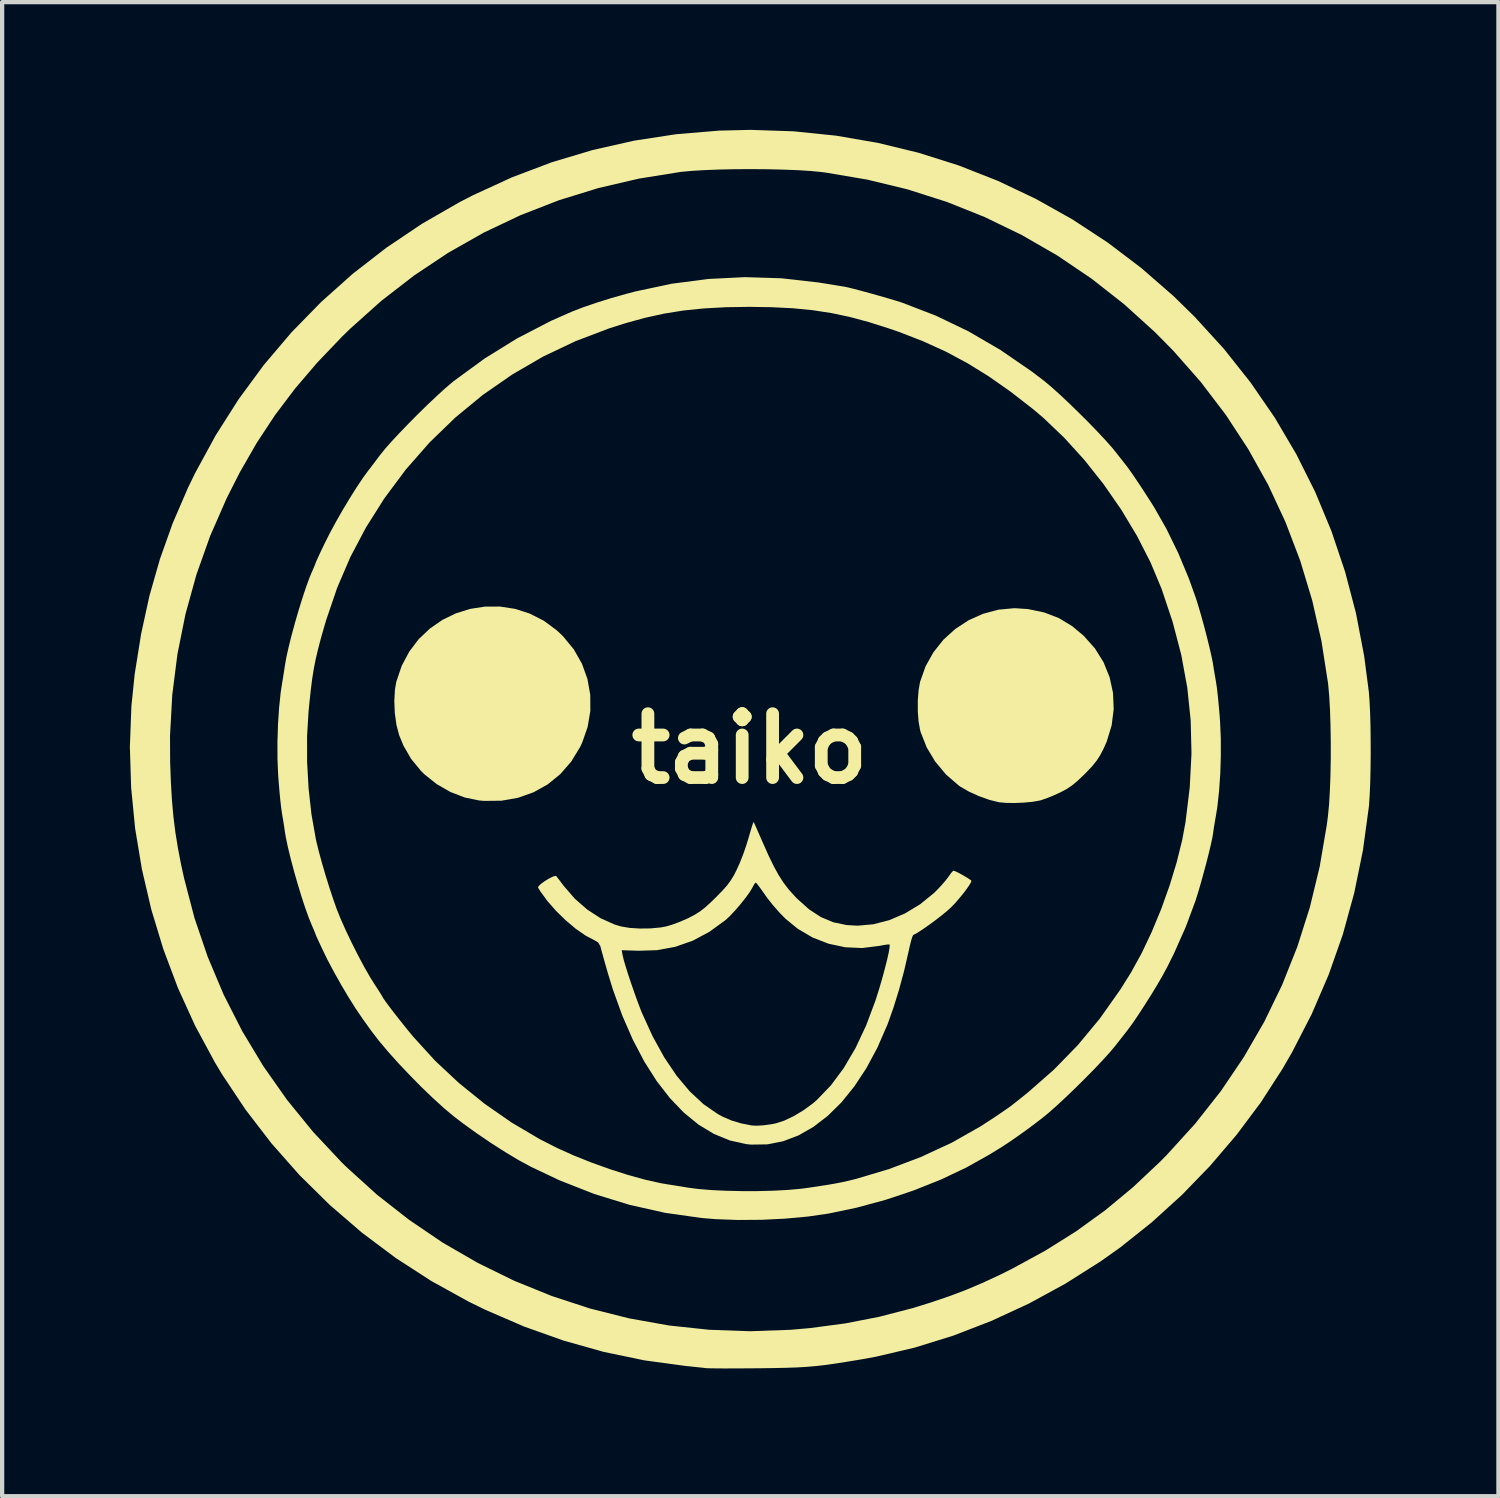
<source format=kicad_pcb>
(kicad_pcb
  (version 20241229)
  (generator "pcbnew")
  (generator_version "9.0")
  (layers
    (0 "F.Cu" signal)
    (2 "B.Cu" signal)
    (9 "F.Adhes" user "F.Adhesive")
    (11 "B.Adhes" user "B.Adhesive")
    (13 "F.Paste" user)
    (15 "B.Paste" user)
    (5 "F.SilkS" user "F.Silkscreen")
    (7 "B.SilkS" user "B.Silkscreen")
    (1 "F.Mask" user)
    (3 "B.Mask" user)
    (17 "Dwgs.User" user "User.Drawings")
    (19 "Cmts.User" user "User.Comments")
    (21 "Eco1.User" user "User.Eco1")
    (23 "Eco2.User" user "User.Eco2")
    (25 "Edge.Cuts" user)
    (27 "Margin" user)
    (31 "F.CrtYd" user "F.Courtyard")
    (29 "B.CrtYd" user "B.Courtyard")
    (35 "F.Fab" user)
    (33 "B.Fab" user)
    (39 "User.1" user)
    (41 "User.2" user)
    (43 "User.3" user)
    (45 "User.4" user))
  (footprint "taiko"
    (layer "F.Cu")
    (at 14.56 14.534)
    (property "Reference" "taiko" (at 0 0 0) (layer "F.SilkS") (effects (font (size 1.5 1.5) (thickness 0.3))))
    (attr board_only exclude_from_pos_files exclude_from_bom)
    (fp_poly (pts (xy -5.514 -3.284) (xy -5.17 -3.174) (xy -4.839 -3.006) (xy -4.53 -2.777) (xy -4.385 -2.639) (xy -4.133 -2.332) (xy -3.942 -1.996) (xy -3.813 -1.638) (xy -3.747 -1.266) (xy -3.745 -0.887) (xy -3.809 -0.508) (xy -3.939 -0.136) (xy -3.984 -0.042) (xy -4.193 0.302) (xy -4.45 0.597) (xy -4.747 0.839) (xy -5.081 1.025) (xy -5.445 1.154) (xy -5.835 1.222) (xy -6.245 1.226) (xy -6.359 1.216) (xy -6.698 1.146) (xy -7.035 1.015) (xy -7.354 0.832) (xy -7.641 0.603) (xy -7.721 0.524) (xy -7.955 0.239) (xy -8.136 -0.075) (xy -8.236 -0.32) (xy -8.299 -0.559) (xy -8.337 -0.834) (xy -8.349 -1.119) (xy -8.334 -1.388) (xy -8.302 -1.573) (xy -8.175 -1.947) (xy -7.997 -2.282) (xy -7.775 -2.574) (xy -7.514 -2.821) (xy -7.221 -3.024) (xy -6.904 -3.178) (xy -6.568 -3.283) (xy -6.22 -3.337) (xy -5.866 -3.338)) (stroke (width 0) (type solid)) (fill yes) (layer "F.SilkS"))
    (fp_poly (pts (xy 6.533 -3.279) (xy 6.917 -3.199) (xy 7.259 -3.067) (xy 7.574 -2.876) (xy 7.843 -2.651) (xy 8.106 -2.355) (xy 8.309 -2.029) (xy 8.451 -1.678) (xy 8.531 -1.309) (xy 8.547 -0.931) (xy 8.499 -0.549) (xy 8.384 -0.17) (xy 8.309 0) (xy 8.23 0.152) (xy 8.146 0.282) (xy 8.043 0.41) (xy 7.905 0.556) (xy 7.862 0.599) (xy 7.706 0.748) (xy 7.575 0.858) (xy 7.448 0.944) (xy 7.304 1.021) (xy 7.264 1.04) (xy 7.111 1.109) (xy 6.96 1.169) (xy 6.836 1.211) (xy 6.805 1.219) (xy 6.638 1.248) (xy 6.433 1.267) (xy 6.217 1.276) (xy 6.015 1.273) (xy 5.853 1.258) (xy 5.843 1.256) (xy 5.621 1.2) (xy 5.379 1.113) (xy 5.145 1.007) (xy 4.945 0.891) (xy 4.901 0.86) (xy 4.605 0.603) (xy 4.354 0.302) (xy 4.155 -0.03) (xy 4.016 -0.381) (xy 4 -0.437) (xy 3.964 -0.638) (xy 3.946 -0.88) (xy 3.946 -1.136) (xy 3.965 -1.378) (xy 4 -1.572) (xy 4.129 -1.936) (xy 4.314 -2.266) (xy 4.548 -2.56) (xy 4.825 -2.811) (xy 5.138 -3.016) (xy 5.478 -3.168) (xy 5.84 -3.265) (xy 6.216 -3.3)) (stroke (width 0) (type solid)) (fill yes) (layer "F.SilkS"))
    (fp_poly (pts (xy 0.089 1.72) (xy 0.106 1.754) (xy 0.145 1.84) (xy 0.201 1.968) (xy 0.27 2.125) (xy 0.307 2.209) (xy 0.442 2.512) (xy 0.563 2.761) (xy 0.677 2.968) (xy 0.79 3.144) (xy 0.912 3.304) (xy 1.049 3.457) (xy 1.118 3.528) (xy 1.394 3.775) (xy 1.672 3.956) (xy 1.961 4.077) (xy 2.272 4.142) (xy 2.531 4.157) (xy 2.902 4.124) (xy 3.276 4.027) (xy 3.644 3.87) (xy 3.995 3.658) (xy 4.32 3.395) (xy 4.377 3.34) (xy 4.487 3.225) (xy 4.59 3.107) (xy 4.665 3.01) (xy 4.669 3.004) (xy 4.727 2.922) (xy 4.772 2.872) (xy 4.785 2.865) (xy 4.831 2.881) (xy 4.913 2.921) (xy 5.011 2.975) (xy 5.105 3.03) (xy 5.177 3.077) (xy 5.206 3.104) (xy 5.206 3.104) (xy 5.184 3.159) (xy 5.124 3.252) (xy 5.038 3.37) (xy 4.934 3.498) (xy 4.825 3.625) (xy 4.727 3.727) (xy 4.629 3.815) (xy 4.499 3.922) (xy 4.35 4.036) (xy 4.197 4.148) (xy 4.053 4.248) (xy 3.933 4.326) (xy 3.85 4.37) (xy 3.839 4.374) (xy 3.82 4.411) (xy 3.791 4.502) (xy 3.758 4.634) (xy 3.724 4.787) (xy 3.624 5.22) (xy 3.505 5.661) (xy 3.374 6.084) (xy 3.239 6.465) (xy 3.227 6.494) (xy 2.996 7.023) (xy 2.739 7.502) (xy 2.457 7.93) (xy 2.154 8.305) (xy 1.832 8.623) (xy 1.494 8.883) (xy 1.143 9.083) (xy 0.78 9.221) (xy 0.41 9.293) (xy 0.033 9.299) (xy -0.086 9.287) (xy -0.47 9.201) (xy -0.843 9.048) (xy -1.203 8.83) (xy -1.548 8.549) (xy -1.876 8.207) (xy -2.187 7.806) (xy -2.478 7.348) (xy -2.747 6.835) (xy -2.994 6.27) (xy -3.216 5.654) (xy -3.332 5.276) (xy -3.387 5.085) (xy -3.436 4.911) (xy -3.475 4.769) (xy -3.485 4.733) (xy -3.009 4.733) (xy -2.986 4.855) (xy -2.961 4.96) (xy -2.916 5.114) (xy -2.856 5.304) (xy -2.786 5.514) (xy -2.712 5.728) (xy -2.638 5.933) (xy -2.57 6.113) (xy -2.537 6.196) (xy -2.283 6.754) (xy -2.01 7.249) (xy -1.719 7.681) (xy -1.412 8.047) (xy -1.089 8.348) (xy -0.75 8.582) (xy -0.631 8.646) (xy -0.428 8.733) (xy -0.205 8.8) (xy 0.052 8.85) (xy 0.167 8.855) (xy 0.323 8.845) (xy 0.496 8.822) (xy 0.611 8.8) (xy 0.811 8.735) (xy 1.036 8.628) (xy 1.266 8.489) (xy 1.483 8.33) (xy 1.579 8.247) (xy 1.907 7.905) (xy 2.209 7.498) (xy 2.484 7.03) (xy 2.732 6.502) (xy 2.952 5.915) (xy 3.038 5.643) (xy 3.112 5.389) (xy 3.175 5.156) (xy 3.226 4.952) (xy 3.263 4.787) (xy 3.283 4.668) (xy 3.285 4.605) (xy 3.282 4.599) (xy 3.243 4.598) (xy 3.155 4.61) (xy 3.04 4.632) (xy 2.64 4.682) (xy 2.241 4.664) (xy 1.851 4.581) (xy 1.477 4.436) (xy 1.127 4.23) (xy 0.845 4) (xy 0.699 3.852) (xy 0.547 3.679) (xy 0.412 3.509) (xy 0.363 3.44) (xy 0.277 3.317) (xy 0.205 3.219) (xy 0.156 3.158) (xy 0.14 3.144) (xy 0.112 3.173) (xy 0.071 3.242) (xy 0.063 3.26) (xy -0.000173 3.366) (xy -0.099 3.503) (xy -0.22 3.655) (xy -0.35 3.805) (xy -0.473 3.936) (xy -0.568 4.024) (xy -0.95 4.302) (xy -1.343 4.511) (xy -1.752 4.654) (xy -2.18 4.732) (xy -2.61 4.746) (xy -3.009 4.733) (xy -3.485 4.733) (xy -3.501 4.672) (xy -3.508 4.642) (xy -3.562 4.551) (xy -3.636 4.506) (xy -3.85 4.394) (xy -4.083 4.233) (xy -4.319 4.035) (xy -4.547 3.813) (xy -4.752 3.58) (xy -4.92 3.349) (xy -4.974 3.261) (xy -4.958 3.225) (xy -4.898 3.17) (xy -4.81 3.107) (xy -4.713 3.048) (xy -4.624 3.004) (xy -4.562 2.987) (xy -4.546 2.992) (xy -4.514 3.033) (xy -4.452 3.114) (xy -4.375 3.217) (xy -4.368 3.225) (xy -4.109 3.524) (xy -3.817 3.779) (xy -3.501 3.984) (xy -3.174 4.13) (xy -3.024 4.175) (xy -2.824 4.209) (xy -2.584 4.224) (xy -2.332 4.221) (xy -2.095 4.199) (xy -1.96 4.174) (xy -1.824 4.133) (xy -1.655 4.071) (xy -1.486 3.998) (xy -1.436 3.975) (xy -1.292 3.9) (xy -1.169 3.822) (xy -1.047 3.727) (xy -0.909 3.601) (xy -0.8 3.495) (xy -0.648 3.34) (xy -0.535 3.213) (xy -0.448 3.095) (xy -0.371 2.969) (xy -0.309 2.847) (xy -0.233 2.678) (xy -0.152 2.471) (xy -0.078 2.256) (xy -0.037 2.122) (xy 0.009 1.965) (xy 0.047 1.838) (xy 0.075 1.752) (xy 0.089 1.72)) (stroke (width 0) (type solid)) (fill yes) (layer "F.SilkS"))
    (fp_poly (pts (xy 1.028 -14.5) (xy 2.024 -14.398) (xy 3.005 -14.229) (xy 3.968 -13.995) (xy 4.91 -13.697) (xy 5.827 -13.336) (xy 6.718 -12.913) (xy 7.579 -12.43) (xy 8.407 -11.887) (xy 9.199 -11.286) (xy 9.953 -10.629) (xy 10.447 -10.145) (xy 11.135 -9.391) (xy 11.762 -8.6) (xy 12.329 -7.776) (xy 12.835 -6.918) (xy 13.28 -6.028) (xy 13.662 -5.107) (xy 13.981 -4.157) (xy 14.238 -3.179) (xy 14.43 -2.173) (xy 14.54 -1.328) (xy 14.556 -1.113) (xy 14.569 -0.844) (xy 14.578 -0.536) (xy 14.582 -0.203) (xy 14.583 0.14) (xy 14.579 0.478) (xy 14.572 0.795) (xy 14.56 1.077) (xy 14.545 1.308) (xy 14.54 1.363) (xy 14.4 2.39) (xy 14.196 3.389) (xy 13.928 4.363) (xy 13.595 5.31) (xy 13.197 6.234) (xy 12.734 7.134) (xy 12.507 7.526) (xy 12.002 8.308) (xy 11.435 9.066) (xy 10.815 9.793) (xy 10.148 10.482) (xy 9.442 11.123) (xy 8.705 11.711) (xy 8.244 12.038) (xy 7.414 12.564) (xy 6.556 13.032) (xy 5.676 13.439) (xy 4.781 13.785) (xy 3.875 14.066) (xy 2.965 14.28) (xy 2.638 14.34) (xy 2.311 14.394) (xy 2.033 14.438) (xy 1.789 14.473) (xy 1.564 14.499) (xy 1.343 14.518) (xy 1.112 14.532) (xy 0.856 14.541) (xy 0.56 14.547) (xy 0.209 14.552) (xy 0.192 14.552) (xy -0.085 14.554) (xy -0.344 14.555) (xy -0.575 14.556) (xy -0.769 14.555) (xy -0.917 14.553) (xy -1.009 14.55) (xy -1.031 14.549) (xy -1.108 14.539) (xy -1.236 14.526) (xy -1.394 14.509) (xy -1.52 14.496) (xy -2.476 14.366) (xy -3.429 14.168) (xy -4.373 13.902) (xy -5.304 13.571) (xy -6.217 13.176) (xy -6.603 12.987) (xy -7.477 12.504) (xy -8.314 11.963) (xy -9.111 11.366) (xy -9.865 10.716) (xy -10.574 10.017) (xy -11.234 9.27) (xy -11.842 8.479) (xy -12.396 7.646) (xy -12.566 7.362) (xy -13.027 6.508) (xy -13.43 5.622) (xy -13.773 4.711) (xy -14.056 3.779) (xy -14.277 2.832) (xy -14.436 1.876) (xy -14.53 0.915) (xy -14.56 -0.044) (xy -14.55 -0.303) (xy -13.617 -0.303) (xy -13.614 0.314) (xy -13.597 0.785) (xy -13.572 1.204) (xy -13.538 1.589) (xy -13.492 1.959) (xy -13.432 2.332) (xy -13.356 2.725) (xy -13.288 3.036) (xy -13.043 3.975) (xy -12.732 4.888) (xy -12.358 5.775) (xy -11.922 6.632) (xy -11.425 7.457) (xy -10.869 8.248) (xy -10.255 9.002) (xy -9.584 9.717) (xy -9.477 9.822) (xy -8.76 10.472) (xy -8.003 11.065) (xy -7.211 11.602) (xy -6.386 12.079) (xy -5.532 12.497) (xy -4.653 12.854) (xy -3.752 13.149) (xy -2.833 13.38) (xy -1.898 13.547) (xy -0.951 13.648) (xy 0.004 13.682) (xy 0.965 13.648) (xy 1.415 13.608) (xy 2.244 13.498) (xy 3.039 13.343) (xy 3.826 13.139) (xy 4.245 13.009) (xy 4.681 12.861) (xy 5.081 12.71) (xy 5.468 12.546) (xy 5.87 12.359) (xy 6.167 12.211) (xy 6.943 11.788) (xy 7.666 11.334) (xy 8.349 10.84) (xy 9.003 10.297) (xy 9.642 9.695) (xy 9.801 9.533) (xy 10.462 8.806) (xy 11.063 8.043) (xy 11.603 7.244) (xy 12.084 6.412) (xy 12.503 5.547) (xy 12.86 4.651) (xy 13.154 3.725) (xy 13.385 2.771) (xy 13.552 1.79) (xy 13.578 1.59) (xy 13.605 1.316) (xy 13.624 0.989) (xy 13.638 0.623) (xy 13.645 0.235) (xy 13.645 -0.162) (xy 13.639 -0.551) (xy 13.627 -0.918) (xy 13.608 -1.247) (xy 13.583 -1.522) (xy 13.581 -1.537) (xy 13.427 -2.524) (xy 13.209 -3.484) (xy 12.927 -4.417) (xy 12.582 -5.321) (xy 12.176 -6.194) (xy 11.708 -7.034) (xy 11.18 -7.841) (xy 10.592 -8.613) (xy 9.946 -9.347) (xy 9.516 -9.783) (xy 8.789 -10.441) (xy 8.023 -11.042) (xy 7.221 -11.584) (xy 6.386 -12.065) (xy 5.519 -12.485) (xy 4.624 -12.843) (xy 3.702 -13.137) (xy 2.756 -13.366) (xy 1.788 -13.53) (xy 1.677 -13.544) (xy 1.432 -13.568) (xy 1.132 -13.587) (xy 0.79 -13.6) (xy 0.421 -13.609) (xy 0.037 -13.612) (xy -0.346 -13.61) (xy -0.716 -13.602) (xy -1.059 -13.589) (xy -1.361 -13.571) (xy -1.608 -13.548) (xy -1.625 -13.546) (xy -2.603 -13.389) (xy -3.557 -13.167) (xy -4.483 -12.881) (xy -5.38 -12.532) (xy -6.247 -12.121) (xy -7.082 -11.648) (xy -7.884 -11.114) (xy -8.652 -10.52) (xy -9.382 -9.867) (xy -9.576 -9.678) (xy -10.158 -9.069) (xy -10.68 -8.458) (xy -11.152 -7.833) (xy -11.581 -7.181) (xy -11.978 -6.49) (xy -12.284 -5.887) (xy -12.674 -4.997) (xy -12.997 -4.088) (xy -13.254 -3.16) (xy -13.443 -2.219) (xy -13.564 -1.265) (xy -13.617 -0.303) (xy -14.55 -0.303) (xy -14.524 -0.998) (xy -14.447 -1.749) (xy -14.296 -2.693) (xy -14.1 -3.592) (xy -13.853 -4.456) (xy -13.555 -5.293) (xy -13.201 -6.114) (xy -13.032 -6.464) (xy -12.545 -7.358) (xy -12.004 -8.21) (xy -11.41 -9.017) (xy -10.764 -9.778) (xy -10.068 -10.491) (xy -9.324 -11.155) (xy -8.533 -11.768) (xy -7.698 -12.329) (xy -6.819 -12.835) (xy -6.498 -13) (xy -5.584 -13.42) (xy -4.648 -13.774) (xy -3.692 -14.06) (xy -2.718 -14.28) (xy -1.728 -14.432) (xy -0.723 -14.516) (xy 0.018 -14.534)) (stroke (width 0) (type solid)) (fill yes) (layer "F.SilkS"))
    (fp_poly (pts (xy 0.746 -11.048) (xy 1.61 -10.95) (xy 1.729 -10.931) (xy 1.899 -10.904) (xy 2.048 -10.879) (xy 2.16 -10.861) (xy 2.219 -10.852) (xy 2.307 -10.833) (xy 2.447 -10.798) (xy 2.624 -10.752) (xy 2.825 -10.697) (xy 3.032 -10.639) (xy 3.233 -10.581) (xy 3.412 -10.528) (xy 3.555 -10.483) (xy 3.581 -10.474) (xy 4.367 -10.172) (xy 5.136 -9.802) (xy 5.888 -9.364) (xy 6.621 -8.86) (xy 6.918 -8.634) (xy 7.078 -8.5) (xy 7.271 -8.327) (xy 7.486 -8.126) (xy 7.711 -7.907) (xy 7.937 -7.683) (xy 8.151 -7.462) (xy 8.342 -7.258) (xy 8.501 -7.08) (xy 8.591 -6.97) (xy 8.688 -6.846) (xy 8.774 -6.737) (xy 8.835 -6.659) (xy 8.856 -6.633) (xy 8.907 -6.563) (xy 8.988 -6.448) (xy 9.087 -6.301) (xy 9.198 -6.136) (xy 9.309 -5.965) (xy 9.413 -5.803) (xy 9.493 -5.677) (xy 9.785 -5.164) (xy 10.06 -4.601) (xy 10.308 -4.008) (xy 10.474 -3.546) (xy 10.534 -3.356) (xy 10.6 -3.13) (xy 10.668 -2.884) (xy 10.733 -2.635) (xy 10.792 -2.397) (xy 10.84 -2.188) (xy 10.874 -2.024) (xy 10.882 -1.974) (xy 10.898 -1.871) (xy 10.922 -1.727) (xy 10.949 -1.573) (xy 10.952 -1.555) (xy 10.971 -1.425) (xy 10.992 -1.244) (xy 11.013 -1.03) (xy 11.033 -0.801) (xy 11.045 -0.638) (xy 11.062 -0.247) (xy 11.063 0.169) (xy 11.05 0.588) (xy 11.022 0.992) (xy 10.982 1.359) (xy 10.948 1.572) (xy 10.921 1.728) (xy 10.897 1.874) (xy 10.881 1.984) (xy 10.879 2.003) (xy 10.86 2.111) (xy 10.824 2.273) (xy 10.776 2.473) (xy 10.719 2.697) (xy 10.656 2.931) (xy 10.592 3.162) (xy 10.53 3.374) (xy 10.474 3.554) (xy 10.465 3.58) (xy 10.238 4.189) (xy 9.959 4.817) (xy 9.791 5.153) (xy 9.692 5.335) (xy 9.567 5.55) (xy 9.425 5.784) (xy 9.275 6.021) (xy 9.128 6.247) (xy 8.993 6.446) (xy 8.878 6.603) (xy 8.851 6.638) (xy 8.813 6.687) (xy 8.742 6.777) (xy 8.652 6.892) (xy 8.591 6.97) (xy 8.465 7.121) (xy 8.297 7.307) (xy 8.098 7.517) (xy 7.879 7.74) (xy 7.651 7.966) (xy 7.424 8.184) (xy 7.21 8.383) (xy 7.019 8.552) (xy 6.9 8.65) (xy 6.718 8.791) (xy 6.512 8.945) (xy 6.298 9.098) (xy 6.097 9.237) (xy 5.925 9.35) (xy 5.876 9.381) (xy 5.817 9.417) (xy 5.721 9.476) (xy 5.63 9.532) (xy 5.084 9.838) (xy 4.486 10.121) (xy 3.847 10.376) (xy 3.182 10.598) (xy 2.506 10.781) (xy 1.852 10.918) (xy 1.362 10.989) (xy 0.827 11.038) (xy 0.272 11.065) (xy -0.283 11.069) (xy -0.814 11.049) (xy -1.135 11.022) (xy -1.985 10.902) (xy -2.823 10.714) (xy -3.652 10.459) (xy -4.473 10.136) (xy -5.134 9.823) (xy -5.421 9.668) (xy -5.741 9.476) (xy -6.08 9.26) (xy -6.418 9.03) (xy -6.74 8.798) (xy -6.953 8.635) (xy -7.183 8.442) (xy -7.439 8.209) (xy -7.71 7.949) (xy -7.983 7.672) (xy -8.249 7.391) (xy -8.494 7.118) (xy -8.708 6.864) (xy -8.879 6.642) (xy -8.883 6.636) (xy -8.935 6.565) (xy -9.01 6.459) (xy -9.094 6.343) (xy -9.095 6.341) (xy -9.251 6.112) (xy -9.423 5.839) (xy -9.599 5.542) (xy -9.768 5.241) (xy -9.919 4.957) (xy -9.989 4.813) (xy -10.066 4.652) (xy -10.13 4.515) (xy -10.177 4.413) (xy -10.2 4.357) (xy -10.202 4.351) (xy -10.215 4.313) (xy -10.25 4.231) (xy -10.285 4.15) (xy -10.359 3.969) (xy -10.443 3.734) (xy -10.532 3.463) (xy -10.621 3.169) (xy -10.707 2.869) (xy -10.784 2.577) (xy -10.849 2.31) (xy -10.897 2.082) (xy -10.918 1.957) (xy -10.934 1.844) (xy -10.958 1.693) (xy -10.985 1.535) (xy -10.987 1.52) (xy -11.006 1.389) (xy -11.027 1.207) (xy -11.047 0.993) (xy -11.066 0.765) (xy -11.077 0.62) (xy -11.093 0.244) (xy -11.094 -0.159) (xy -11.089 -0.295) (xy -10.398 -0.295) (xy -10.397 0.317) (xy -10.362 0.936) (xy -10.295 1.54) (xy -10.195 2.107) (xy -10.179 2.184) (xy -10.124 2.407) (xy -10.051 2.675) (xy -9.966 2.966) (xy -9.875 3.259) (xy -9.784 3.534) (xy -9.706 3.756) (xy -9.613 3.988) (xy -9.493 4.258) (xy -9.355 4.548) (xy -9.208 4.84) (xy -9.061 5.116) (xy -8.922 5.359) (xy -8.822 5.52) (xy -8.741 5.644) (xy -8.677 5.744) (xy -8.638 5.808) (xy -8.63 5.824) (xy -8.609 5.861) (xy -8.551 5.943) (xy -8.465 6.06) (xy -8.357 6.201) (xy -8.235 6.357) (xy -8.106 6.519) (xy -7.978 6.676) (xy -7.893 6.778) (xy -7.391 7.329) (xy -6.832 7.852) (xy -6.228 8.34) (xy -5.592 8.782) (xy -4.933 9.171) (xy -4.524 9.379) (xy -4.132 9.555) (xy -3.714 9.722) (xy -3.287 9.875) (xy -2.866 10.01) (xy -2.466 10.121) (xy -2.103 10.202) (xy -1.939 10.231) (xy -1.765 10.258) (xy -1.573 10.289) (xy -1.45 10.31) (xy -1.2 10.342) (xy -0.897 10.367) (xy -0.555 10.383) (xy -0.191 10.391) (xy 0.181 10.391) (xy 0.543 10.382) (xy 0.882 10.364) (xy 1.18 10.338) (xy 1.31 10.322) (xy 1.59 10.281) (xy 1.815 10.246) (xy 2 10.214) (xy 2.162 10.183) (xy 2.314 10.149) (xy 2.472 10.11) (xy 2.481 10.108) (xy 3.268 9.874) (xy 4.026 9.587) (xy 4.748 9.251) (xy 5.424 8.868) (xy 5.76 8.649) (xy 5.886 8.563) (xy 5.997 8.487) (xy 6.075 8.433) (xy 6.092 8.421) (xy 6.146 8.381) (xy 6.242 8.306) (xy 6.367 8.207) (xy 6.507 8.094) (xy 6.533 8.073) (xy 7.143 7.538) (xy 7.704 6.962) (xy 8.221 6.339) (xy 8.7 5.661) (xy 8.954 5.256) (xy 9.203 4.804) (xy 9.441 4.302) (xy 9.662 3.768) (xy 9.859 3.217) (xy 10.026 2.669) (xy 10.157 2.14) (xy 10.233 1.729) (xy 10.333 0.908) (xy 10.374 0.112) (xy 10.355 -0.665) (xy 10.275 -1.434) (xy 10.134 -2.204) (xy 9.93 -2.982) (xy 9.671 -3.756) (xy 9.412 -4.375) (xy 9.094 -4.998) (xy 8.724 -5.614) (xy 8.311 -6.21) (xy 7.862 -6.777) (xy 7.387 -7.301) (xy 6.891 -7.774) (xy 6.642 -7.984) (xy 6.114 -8.393) (xy 5.607 -8.748) (xy 5.105 -9.058) (xy 4.597 -9.329) (xy 4.067 -9.57) (xy 3.502 -9.789) (xy 3.267 -9.87) (xy 2.794 -10.02) (xy 2.348 -10.14) (xy 1.913 -10.232) (xy 1.474 -10.299) (xy 1.014 -10.344) (xy 0.517 -10.369) (xy -0.011 -10.377) (xy -0.571 -10.368) (xy -1.08 -10.34) (xy -1.553 -10.292) (xy -2.008 -10.219) (xy -2.459 -10.12) (xy -2.924 -9.992) (xy -3.302 -9.872) (xy -4.094 -9.571) (xy -4.855 -9.209) (xy -5.581 -8.787) (xy -6.27 -8.309) (xy -6.918 -7.776) (xy -7.523 -7.19) (xy -8.08 -6.555) (xy -8.589 -5.871) (xy -8.591 -5.867) (xy -9.016 -5.193) (xy -9.38 -4.504) (xy -9.688 -3.787) (xy -9.947 -3.028) (xy -9.985 -2.9) (xy -10.071 -2.601) (xy -10.139 -2.342) (xy -10.194 -2.109) (xy -10.239 -1.882) (xy -10.277 -1.647) (xy -10.31 -1.385) (xy -10.343 -1.08) (xy -10.363 -0.875) (xy -10.398 -0.295) (xy -11.089 -0.295) (xy -11.081 -0.567) (xy -11.055 -0.96) (xy -11.018 -1.319) (xy -10.987 -1.52) (xy -10.961 -1.677) (xy -10.937 -1.83) (xy -10.919 -1.948) (xy -10.918 -1.957) (xy -10.884 -2.148) (xy -10.83 -2.39) (xy -10.761 -2.667) (xy -10.68 -2.963) (xy -10.593 -3.263) (xy -10.503 -3.551) (xy -10.416 -3.812) (xy -10.335 -4.032) (xy -10.285 -4.15) (xy -10.24 -4.252) (xy -10.21 -4.326) (xy -10.202 -4.351) (xy -10.188 -4.387) (xy -10.148 -4.475) (xy -10.09 -4.601) (xy -10.017 -4.755) (xy -9.989 -4.813) (xy -9.866 -5.058) (xy -9.721 -5.326) (xy -9.562 -5.605) (xy -9.397 -5.879) (xy -9.235 -6.137) (xy -9.084 -6.363) (xy -8.952 -6.543) (xy -8.918 -6.586) (xy -8.886 -6.627) (xy -8.823 -6.711) (xy -8.739 -6.823) (xy -8.681 -6.9) (xy -8.57 -7.038) (xy -8.416 -7.212) (xy -8.23 -7.412) (xy -8.022 -7.628) (xy -7.802 -7.85) (xy -7.58 -8.068) (xy -7.365 -8.271) (xy -7.17 -8.45) (xy -7.002 -8.594) (xy -6.953 -8.634) (xy -6.225 -9.166) (xy -5.464 -9.637) (xy -4.667 -10.049) (xy -4.175 -10.266) (xy -3.911 -10.368) (xy -3.596 -10.476) (xy -3.249 -10.584) (xy -2.887 -10.686) (xy -2.69 -10.738) (xy -1.834 -10.92) (xy -0.976 -11.032) (xy -0.116 -11.075)) (stroke (width 0) (type solid)) (fill yes) (layer "F.SilkS")))
  (gr_rect
    (start -3 -3)
    (end 32.143 32.09)
    (stroke (width 0.1) (type default))
    (fill no)
    (layer "Edge.Cuts")))
</source>
